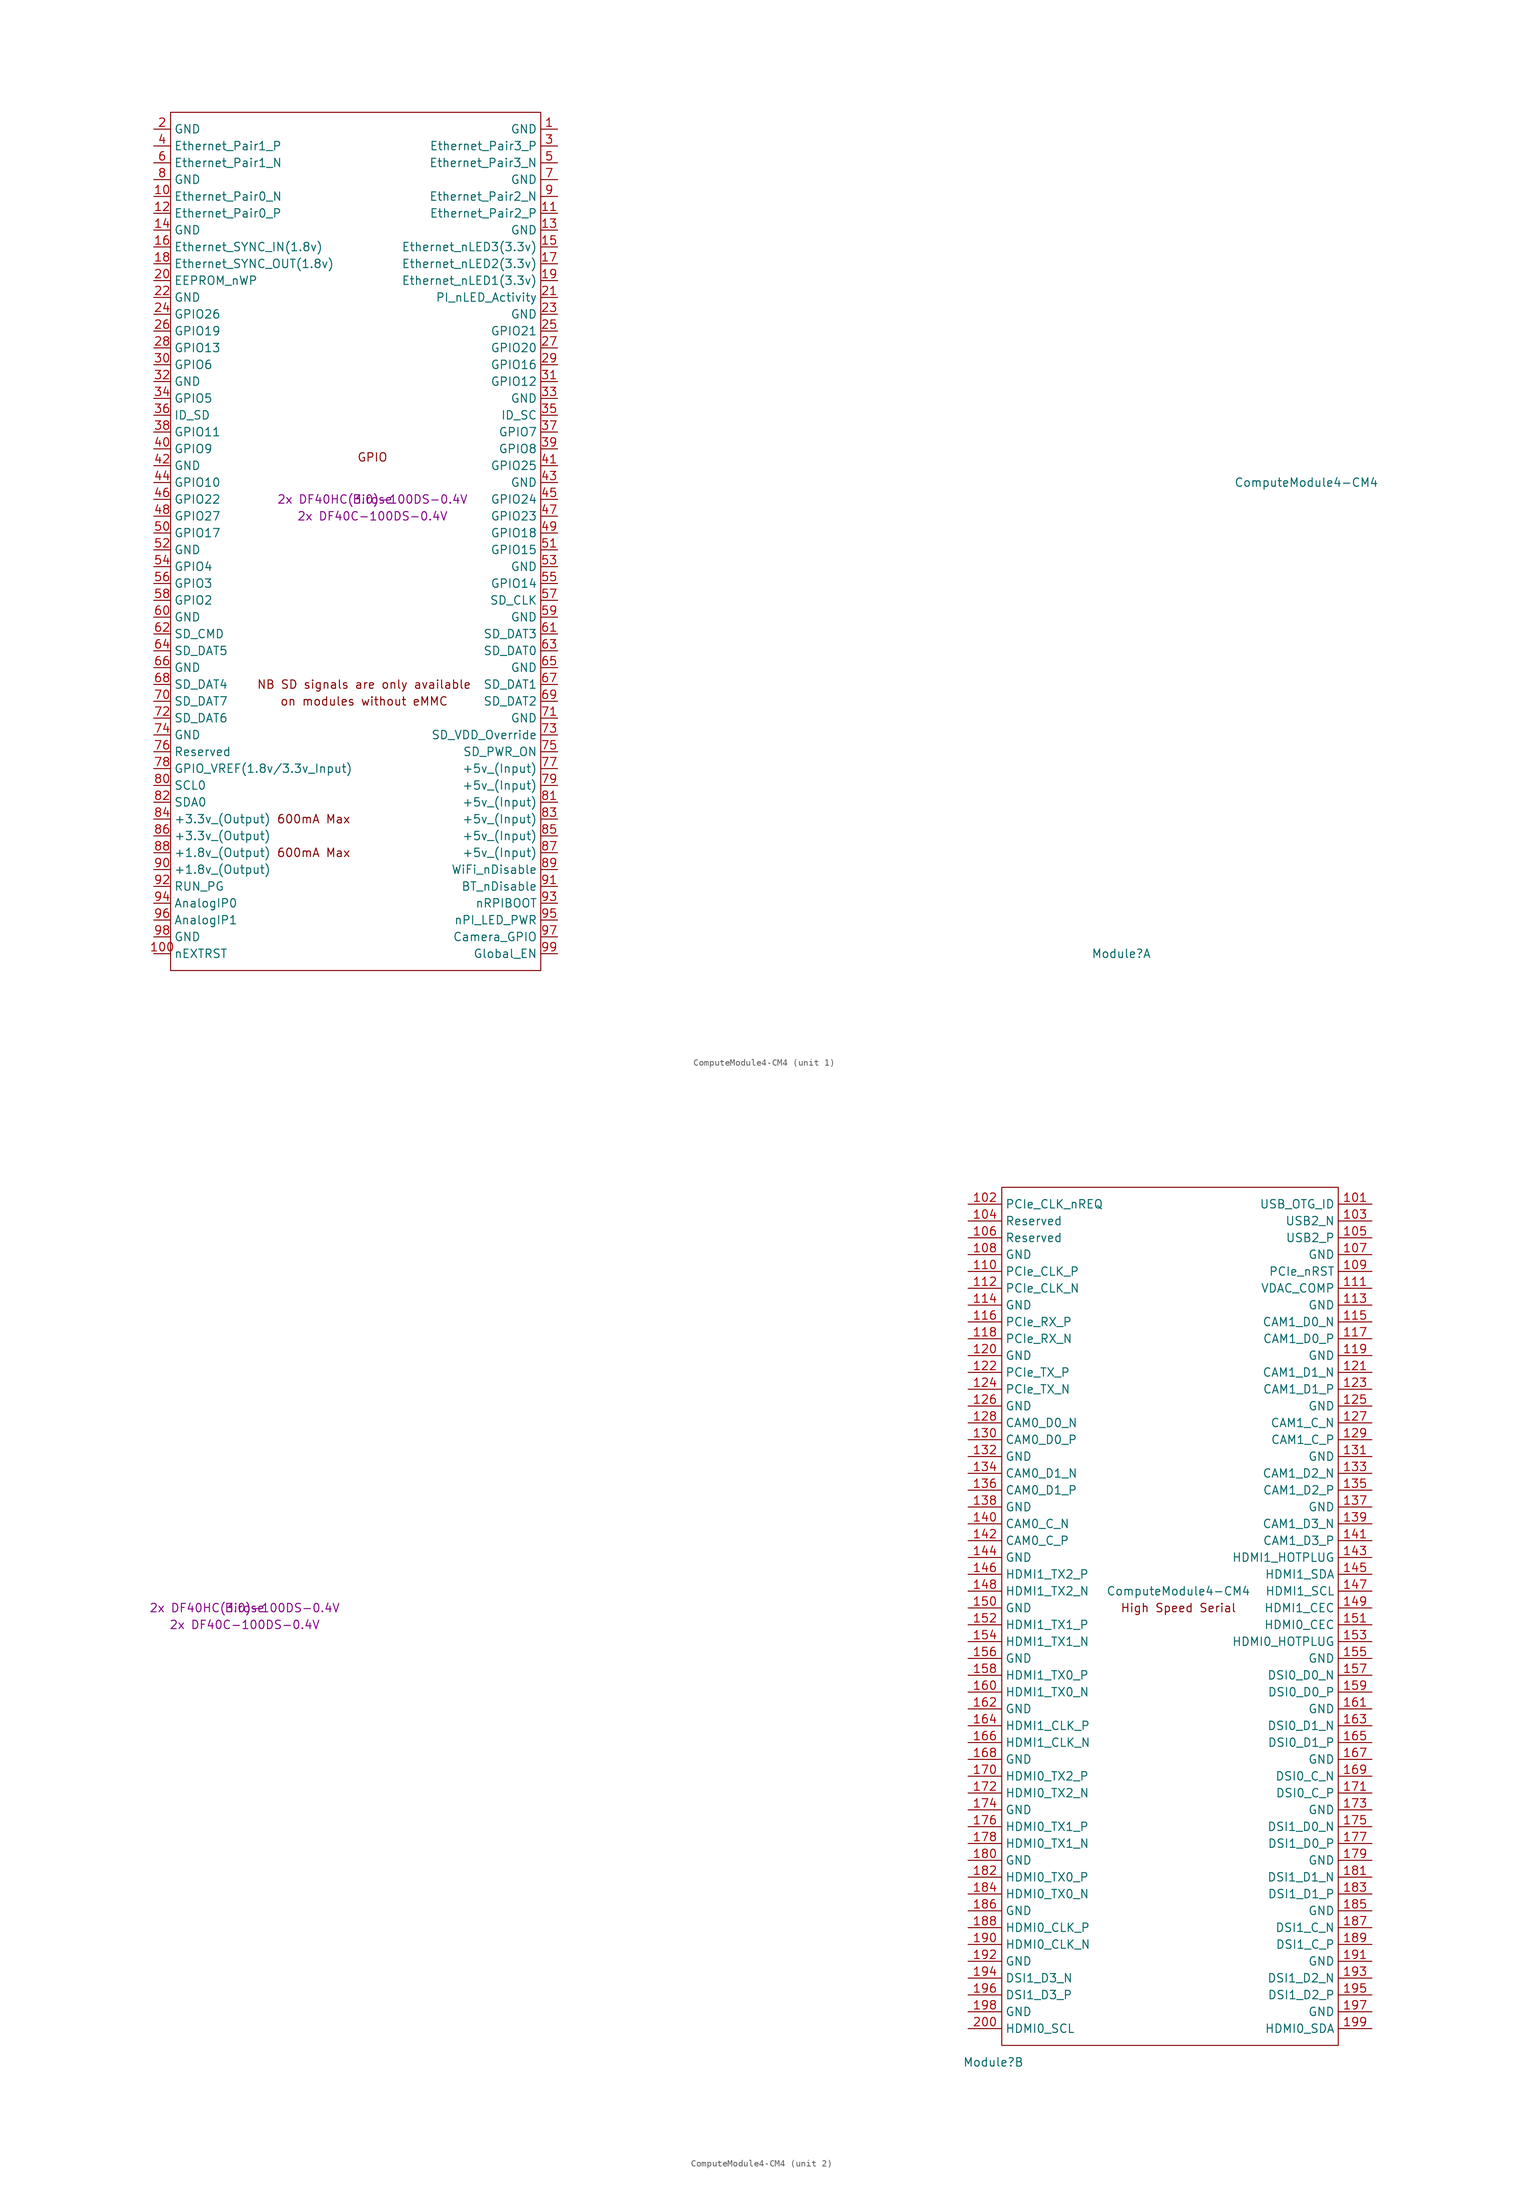
<source format=kicad_sym>
(kicad_symbol_lib
  (version 20201005)
  (generator kicad_symbol_editor)
  (symbol "CM4IO:ComputeModule4-CM4"
    (property "Reference" "Module"
      (at 113.03 -68.58 0)
      (effects (font (size 1.27 1.27))))
    (property "Value" "ComputeModule4-CM4"
      (at 140.97 2.54 0)
      (effects (font (size 1.27 1.27))))
    (property "Manufacturer" "Hirose"
      (at 0 0 0)
      (effects (font (size 1.27 1.27))))
    (property "MPN" "2x DF40C-100DS-0.4V"
      (at 0 -2.54 0)
      (effects (font (size 1.27 1.27))))
    (property "MPN (Alt)" "2x DF40HC(3.0)-100DS-0.4V"
      (at 0 0 0)
      (effects (font (size 1.27 1.27))))
    (symbol "ComputeModule4-CM4_1_0"
      (text "GPIO" (at 0 6.35 0) (effects (font (size 1.27 1.27)))))
    (symbol "ComputeModule4-CM4_1_1"
      (text "600mA Max" (at -8.89 -53.34 0) (effects (font (size 1.27 1.27))))
      (text "600mA Max" (at -8.89 -48.26 0) (effects (font (size 1.27 1.27))))
      (text "NB SD signals are only available" (at -1.27 -27.94 0) (effects (font (size 1.27 1.27))))
      (text "on modules without eMMC" (at -1.27 -30.48 0) (effects (font (size 1.27 1.27))))
      (rectangle (start -30.48 -71.12) (end 25.4 58.42) (stroke (width 0)) (fill (type none)))
      (pin power_in line (at 27.94 55.88 180) (length 2.54) (name "GND" (effects (font (size 1.27 1.27)))) (number "1" (effects (font (size 1.27 1.27)))))
      (pin passive line (at -33.02 45.72 0) (length 2.54) (name "Ethernet_Pair0_N" (effects (font (size 1.27 1.27)))) (number "10" (effects (font (size 1.27 1.27)))))
      (pin output line (at -33.02 -68.58 0) (length 2.54) (name "nEXTRST" (effects (font (size 1.27 1.27)))) (number "100" (effects (font (size 1.27 1.27)))))
      (pin passive line (at 27.94 43.18 180) (length 2.54) (name "Ethernet_Pair2_P" (effects (font (size 1.27 1.27)))) (number "11" (effects (font (size 1.27 1.27)))))
      (pin passive line (at -33.02 43.18 0) (length 2.54) (name "Ethernet_Pair0_P" (effects (font (size 1.27 1.27)))) (number "12" (effects (font (size 1.27 1.27)))))
      (pin power_in line (at 27.94 40.64 180) (length 2.54) (name "GND" (effects (font (size 1.27 1.27)))) (number "13" (effects (font (size 1.27 1.27)))))
      (pin power_in line (at -33.02 40.64 0) (length 2.54) (name "GND" (effects (font (size 1.27 1.27)))) (number "14" (effects (font (size 1.27 1.27)))))
      (pin output line (at 27.94 38.1 180) (length 2.54) (name "Ethernet_nLED3(3.3v)" (effects (font (size 1.27 1.27)))) (number "15" (effects (font (size 1.27 1.27)))))
      (pin input line (at -33.02 38.1 0) (length 2.54) (name "Ethernet_SYNC_IN(1.8v)" (effects (font (size 1.27 1.27)))) (number "16" (effects (font (size 1.27 1.27)))))
      (pin output line (at 27.94 35.56 180) (length 2.54) (name "Ethernet_nLED2(3.3v)" (effects (font (size 1.27 1.27)))) (number "17" (effects (font (size 1.27 1.27)))))
      (pin input line (at -33.02 35.56 0) (length 2.54) (name "Ethernet_SYNC_OUT(1.8v)" (effects (font (size 1.27 1.27)))) (number "18" (effects (font (size 1.27 1.27)))))
      (pin output line (at 27.94 33.02 180) (length 2.54) (name "Ethernet_nLED1(3.3v)" (effects (font (size 1.27 1.27)))) (number "19" (effects (font (size 1.27 1.27)))))
      (pin power_in line (at -33.02 55.88 0) (length 2.54) (name "GND" (effects (font (size 1.27 1.27)))) (number "2" (effects (font (size 1.27 1.27)))))
      (pin passive line (at -33.02 33.02 0) (length 2.54) (name "EEPROM_nWP" (effects (font (size 1.27 1.27)))) (number "20" (effects (font (size 1.27 1.27)))))
      (pin open_collector line (at 27.94 30.48 180) (length 2.54) (name "PI_nLED_Activity" (effects (font (size 1.27 1.27)))) (number "21" (effects (font (size 1.27 1.27)))))
      (pin power_in line (at -33.02 30.48 0) (length 2.54) (name "GND" (effects (font (size 1.27 1.27)))) (number "22" (effects (font (size 1.27 1.27)))))
      (pin power_in line (at 27.94 27.94 180) (length 2.54) (name "GND" (effects (font (size 1.27 1.27)))) (number "23" (effects (font (size 1.27 1.27)))))
      (pin passive line (at -33.02 27.94 0) (length 2.54) (name "GPIO26" (effects (font (size 1.27 1.27)))) (number "24" (effects (font (size 1.27 1.27)))))
      (pin passive line (at 27.94 25.4 180) (length 2.54) (name "GPIO21" (effects (font (size 1.27 1.27)))) (number "25" (effects (font (size 1.27 1.27)))))
      (pin passive line (at -33.02 25.4 0) (length 2.54) (name "GPIO19" (effects (font (size 1.27 1.27)))) (number "26" (effects (font (size 1.27 1.27)))))
      (pin passive line (at 27.94 22.86 180) (length 2.54) (name "GPIO20" (effects (font (size 1.27 1.27)))) (number "27" (effects (font (size 1.27 1.27)))))
      (pin passive line (at -33.02 22.86 0) (length 2.54) (name "GPIO13" (effects (font (size 1.27 1.27)))) (number "28" (effects (font (size 1.27 1.27)))))
      (pin passive line (at 27.94 20.32 180) (length 2.54) (name "GPIO16" (effects (font (size 1.27 1.27)))) (number "29" (effects (font (size 1.27 1.27)))))
      (pin passive line (at 27.94 53.34 180) (length 2.54) (name "Ethernet_Pair3_P" (effects (font (size 1.27 1.27)))) (number "3" (effects (font (size 1.27 1.27)))))
      (pin passive line (at -33.02 20.32 0) (length 2.54) (name "GPIO6" (effects (font (size 1.27 1.27)))) (number "30" (effects (font (size 1.27 1.27)))))
      (pin passive line (at 27.94 17.78 180) (length 2.54) (name "GPIO12" (effects (font (size 1.27 1.27)))) (number "31" (effects (font (size 1.27 1.27)))))
      (pin power_in line (at -33.02 17.78 0) (length 2.54) (name "GND" (effects (font (size 1.27 1.27)))) (number "32" (effects (font (size 1.27 1.27)))))
      (pin power_in line (at 27.94 15.24 180) (length 2.54) (name "GND" (effects (font (size 1.27 1.27)))) (number "33" (effects (font (size 1.27 1.27)))))
      (pin passive line (at -33.02 15.24 0) (length 2.54) (name "GPIO5" (effects (font (size 1.27 1.27)))) (number "34" (effects (font (size 1.27 1.27)))))
      (pin passive line (at 27.94 12.7 180) (length 2.54) (name "ID_SC" (effects (font (size 1.27 1.27)))) (number "35" (effects (font (size 1.27 1.27)))))
      (pin passive line (at -33.02 12.7 0) (length 2.54) (name "ID_SD" (effects (font (size 1.27 1.27)))) (number "36" (effects (font (size 1.27 1.27)))))
      (pin passive line (at 27.94 10.16 180) (length 2.54) (name "GPIO7" (effects (font (size 1.27 1.27)))) (number "37" (effects (font (size 1.27 1.27)))))
      (pin passive line (at -33.02 10.16 0) (length 2.54) (name "GPIO11" (effects (font (size 1.27 1.27)))) (number "38" (effects (font (size 1.27 1.27)))))
      (pin passive line (at 27.94 7.62 180) (length 2.54) (name "GPIO8" (effects (font (size 1.27 1.27)))) (number "39" (effects (font (size 1.27 1.27)))))
      (pin passive line (at -33.02 53.34 0) (length 2.54) (name "Ethernet_Pair1_P" (effects (font (size 1.27 1.27)))) (number "4" (effects (font (size 1.27 1.27)))))
      (pin passive line (at -33.02 7.62 0) (length 2.54) (name "GPIO9" (effects (font (size 1.27 1.27)))) (number "40" (effects (font (size 1.27 1.27)))))
      (pin passive line (at 27.94 5.08 180) (length 2.54) (name "GPIO25" (effects (font (size 1.27 1.27)))) (number "41" (effects (font (size 1.27 1.27)))))
      (pin power_in line (at -33.02 5.08 0) (length 2.54) (name "GND" (effects (font (size 1.27 1.27)))) (number "42" (effects (font (size 1.27 1.27)))))
      (pin power_in line (at 27.94 2.54 180) (length 2.54) (name "GND" (effects (font (size 1.27 1.27)))) (number "43" (effects (font (size 1.27 1.27)))))
      (pin passive line (at -33.02 2.54 0) (length 2.54) (name "GPIO10" (effects (font (size 1.27 1.27)))) (number "44" (effects (font (size 1.27 1.27)))))
      (pin passive line (at 27.94 0 180) (length 2.54) (name "GPIO24" (effects (font (size 1.27 1.27)))) (number "45" (effects (font (size 1.27 1.27)))))
      (pin passive line (at -33.02 0 0) (length 2.54) (name "GPIO22" (effects (font (size 1.27 1.27)))) (number "46" (effects (font (size 1.27 1.27)))))
      (pin passive line (at 27.94 -2.54 180) (length 2.54) (name "GPIO23" (effects (font (size 1.27 1.27)))) (number "47" (effects (font (size 1.27 1.27)))))
      (pin passive line (at -33.02 -2.54 0) (length 2.54) (name "GPIO27" (effects (font (size 1.27 1.27)))) (number "48" (effects (font (size 1.27 1.27)))))
      (pin passive line (at 27.94 -5.08 180) (length 2.54) (name "GPIO18" (effects (font (size 1.27 1.27)))) (number "49" (effects (font (size 1.27 1.27)))))
      (pin passive line (at 27.94 50.8 180) (length 2.54) (name "Ethernet_Pair3_N" (effects (font (size 1.27 1.27)))) (number "5" (effects (font (size 1.27 1.27)))))
      (pin passive line (at -33.02 -5.08 0) (length 2.54) (name "GPIO17" (effects (font (size 1.27 1.27)))) (number "50" (effects (font (size 1.27 1.27)))))
      (pin passive line (at 27.94 -7.62 180) (length 2.54) (name "GPIO15" (effects (font (size 1.27 1.27)))) (number "51" (effects (font (size 1.27 1.27)))))
      (pin power_in line (at -33.02 -7.62 0) (length 2.54) (name "GND" (effects (font (size 1.27 1.27)))) (number "52" (effects (font (size 1.27 1.27)))))
      (pin power_in line (at 27.94 -10.16 180) (length 2.54) (name "GND" (effects (font (size 1.27 1.27)))) (number "53" (effects (font (size 1.27 1.27)))))
      (pin passive line (at -33.02 -10.16 0) (length 2.54) (name "GPIO4" (effects (font (size 1.27 1.27)))) (number "54" (effects (font (size 1.27 1.27)))))
      (pin passive line (at 27.94 -12.7 180) (length 2.54) (name "GPIO14" (effects (font (size 1.27 1.27)))) (number "55" (effects (font (size 1.27 1.27)))))
      (pin passive line (at -33.02 -12.7 0) (length 2.54) (name "GPIO3" (effects (font (size 1.27 1.27)))) (number "56" (effects (font (size 1.27 1.27)))))
      (pin passive line (at 27.94 -15.24 180) (length 2.54) (name "SD_CLK" (effects (font (size 1.27 1.27)))) (number "57" (effects (font (size 1.27 1.27)))))
      (pin passive line (at -33.02 -15.24 0) (length 2.54) (name "GPIO2" (effects (font (size 1.27 1.27)))) (number "58" (effects (font (size 1.27 1.27)))))
      (pin power_in line (at 27.94 -17.78 180) (length 2.54) (name "GND" (effects (font (size 1.27 1.27)))) (number "59" (effects (font (size 1.27 1.27)))))
      (pin passive line (at -33.02 50.8 0) (length 2.54) (name "Ethernet_Pair1_N" (effects (font (size 1.27 1.27)))) (number "6" (effects (font (size 1.27 1.27)))))
      (pin power_in line (at -33.02 -17.78 0) (length 2.54) (name "GND" (effects (font (size 1.27 1.27)))) (number "60" (effects (font (size 1.27 1.27)))))
      (pin passive line (at 27.94 -20.32 180) (length 2.54) (name "SD_DAT3" (effects (font (size 1.27 1.27)))) (number "61" (effects (font (size 1.27 1.27)))))
      (pin passive line (at -33.02 -20.32 0) (length 2.54) (name "SD_CMD" (effects (font (size 1.27 1.27)))) (number "62" (effects (font (size 1.27 1.27)))))
      (pin passive line (at 27.94 -22.86 180) (length 2.54) (name "SD_DAT0" (effects (font (size 1.27 1.27)))) (number "63" (effects (font (size 1.27 1.27)))))
      (pin passive line (at -33.02 -22.86 0) (length 2.54) (name "SD_DAT5" (effects (font (size 1.27 1.27)))) (number "64" (effects (font (size 1.27 1.27)))))
      (pin power_in line (at 27.94 -25.4 180) (length 2.54) (name "GND" (effects (font (size 1.27 1.27)))) (number "65" (effects (font (size 1.27 1.27)))))
      (pin power_in line (at -33.02 -25.4 0) (length 2.54) (name "GND" (effects (font (size 1.27 1.27)))) (number "66" (effects (font (size 1.27 1.27)))))
      (pin passive line (at 27.94 -27.94 180) (length 2.54) (name "SD_DAT1" (effects (font (size 1.27 1.27)))) (number "67" (effects (font (size 1.27 1.27)))))
      (pin passive line (at -33.02 -27.94 0) (length 2.54) (name "SD_DAT4" (effects (font (size 1.27 1.27)))) (number "68" (effects (font (size 1.27 1.27)))))
      (pin passive line (at 27.94 -30.48 180) (length 2.54) (name "SD_DAT2" (effects (font (size 1.27 1.27)))) (number "69" (effects (font (size 1.27 1.27)))))
      (pin power_in line (at 27.94 48.26 180) (length 2.54) (name "GND" (effects (font (size 1.27 1.27)))) (number "7" (effects (font (size 1.27 1.27)))))
      (pin passive line (at -33.02 -30.48 0) (length 2.54) (name "SD_DAT7" (effects (font (size 1.27 1.27)))) (number "70" (effects (font (size 1.27 1.27)))))
      (pin power_in line (at 27.94 -33.02 180) (length 2.54) (name "GND" (effects (font (size 1.27 1.27)))) (number "71" (effects (font (size 1.27 1.27)))))
      (pin passive line (at -33.02 -33.02 0) (length 2.54) (name "SD_DAT6" (effects (font (size 1.27 1.27)))) (number "72" (effects (font (size 1.27 1.27)))))
      (pin input line (at 27.94 -35.56 180) (length 2.54) (name "SD_VDD_Override" (effects (font (size 1.27 1.27)))) (number "73" (effects (font (size 1.27 1.27)))))
      (pin power_in line (at -33.02 -35.56 0) (length 2.54) (name "GND" (effects (font (size 1.27 1.27)))) (number "74" (effects (font (size 1.27 1.27)))))
      (pin output line (at 27.94 -38.1 180) (length 2.54) (name "SD_PWR_ON" (effects (font (size 1.27 1.27)))) (number "75" (effects (font (size 1.27 1.27)))))
      (pin passive line (at -33.02 -38.1 0) (length 2.54) (name "Reserved" (effects (font (size 1.27 1.27)))) (number "76" (effects (font (size 1.27 1.27)))))
      (pin power_in line (at 27.94 -40.64 180) (length 2.54) (name "+5v_(Input)" (effects (font (size 1.27 1.27)))) (number "77" (effects (font (size 1.27 1.27)))))
      (pin power_in line (at -33.02 -40.64 0) (length 2.54) (name "GPIO_VREF(1.8v/3.3v_Input)" (effects (font (size 1.27 1.27)))) (number "78" (effects (font (size 1.27 1.27)))))
      (pin power_in line (at 27.94 -43.18 180) (length 2.54) (name "+5v_(Input)" (effects (font (size 1.27 1.27)))) (number "79" (effects (font (size 1.27 1.27)))))
      (pin power_in line (at -33.02 48.26 0) (length 2.54) (name "GND" (effects (font (size 1.27 1.27)))) (number "8" (effects (font (size 1.27 1.27)))))
      (pin passive line (at -33.02 -43.18 0) (length 2.54) (name "SCL0" (effects (font (size 1.27 1.27)))) (number "80" (effects (font (size 1.27 1.27)))))
      (pin power_in line (at 27.94 -45.72 180) (length 2.54) (name "+5v_(Input)" (effects (font (size 1.27 1.27)))) (number "81" (effects (font (size 1.27 1.27)))))
      (pin passive line (at -33.02 -45.72 0) (length 2.54) (name "SDA0" (effects (font (size 1.27 1.27)))) (number "82" (effects (font (size 1.27 1.27)))))
      (pin power_in line (at 27.94 -48.26 180) (length 2.54) (name "+5v_(Input)" (effects (font (size 1.27 1.27)))) (number "83" (effects (font (size 1.27 1.27)))))
      (pin power_out line (at -33.02 -48.26 0) (length 2.54) (name "+3.3v_(Output)" (effects (font (size 1.27 1.27)))) (number "84" (effects (font (size 1.27 1.27)))))
      (pin power_in line (at 27.94 -50.8 180) (length 2.54) (name "+5v_(Input)" (effects (font (size 1.27 1.27)))) (number "85" (effects (font (size 1.27 1.27)))))
      (pin power_out line (at -33.02 -50.8 0) (length 2.54) (name "+3.3v_(Output)" (effects (font (size 1.27 1.27)))) (number "86" (effects (font (size 1.27 1.27)))))
      (pin power_in line (at 27.94 -53.34 180) (length 2.54) (name "+5v_(Input)" (effects (font (size 1.27 1.27)))) (number "87" (effects (font (size 1.27 1.27)))))
      (pin power_out line (at -33.02 -53.34 0) (length 2.54) (name "+1.8v_(Output)" (effects (font (size 1.27 1.27)))) (number "88" (effects (font (size 1.27 1.27)))))
      (pin power_in line (at 27.94 -55.88 180) (length 2.54) (name "WiFi_nDisable" (effects (font (size 1.27 1.27)))) (number "89" (effects (font (size 1.27 1.27)))))
      (pin passive line (at 27.94 45.72 180) (length 2.54) (name "Ethernet_Pair2_N" (effects (font (size 1.27 1.27)))) (number "9" (effects (font (size 1.27 1.27)))))
      (pin power_out line (at -33.02 -55.88 0) (length 2.54) (name "+1.8v_(Output)" (effects (font (size 1.27 1.27)))) (number "90" (effects (font (size 1.27 1.27)))))
      (pin power_in line (at 27.94 -58.42 180) (length 2.54) (name "BT_nDisable" (effects (font (size 1.27 1.27)))) (number "91" (effects (font (size 1.27 1.27)))))
      (pin passive line (at -33.02 -58.42 0) (length 2.54) (name "RUN_PG" (effects (font (size 1.27 1.27)))) (number "92" (effects (font (size 1.27 1.27)))))
      (pin input line (at 27.94 -60.96 180) (length 2.54) (name "nRPIBOOT" (effects (font (size 1.27 1.27)))) (number "93" (effects (font (size 1.27 1.27)))))
      (pin passive line (at -33.02 -60.96 0) (length 2.54) (name "AnalogIP0" (effects (font (size 1.27 1.27)))) (number "94" (effects (font (size 1.27 1.27)))))
      (pin output line (at 27.94 -63.5 180) (length 2.54) (name "nPI_LED_PWR" (effects (font (size 1.27 1.27)))) (number "95" (effects (font (size 1.27 1.27)))))
      (pin passive line (at -33.02 -63.5 0) (length 2.54) (name "AnalogIP1" (effects (font (size 1.27 1.27)))) (number "96" (effects (font (size 1.27 1.27)))))
      (pin passive line (at 27.94 -66.04 180) (length 2.54) (name "Camera_GPIO" (effects (font (size 1.27 1.27)))) (number "97" (effects (font (size 1.27 1.27)))))
      (pin power_in line (at -33.02 -66.04 0) (length 2.54) (name "GND" (effects (font (size 1.27 1.27)))) (number "98" (effects (font (size 1.27 1.27)))))
      (pin input line (at 27.94 -68.58 180) (length 2.54) (name "Global_EN" (effects (font (size 1.27 1.27)))) (number "99" (effects (font (size 1.27 1.27))))))
    (symbol "ComputeModule4-CM4_2_1"
      (text "High Speed Serial" (at 140.97 0 0) (effects (font (size 1.27 1.27))))
      (rectangle (start 114.3 -66.04) (end 165.1 63.5) (stroke (width 0)) (fill (type none)))
      (pin input line (at 170.18 60.96 180) (length 5.08) (name "USB_OTG_ID" (effects (font (size 1.27 1.27)))) (number "101" (effects (font (size 1.27 1.27)))))
      (pin input line (at 109.22 60.96 0) (length 5.08) (name "PCIe_CLK_nREQ" (effects (font (size 1.27 1.27)))) (number "102" (effects (font (size 1.27 1.27)))))
      (pin passive line (at 170.18 58.42 180) (length 5.08) (name "USB2_N" (effects (font (size 1.27 1.27)))) (number "103" (effects (font (size 1.27 1.27)))))
      (pin passive line (at 109.22 58.42 0) (length 5.08) (name "Reserved" (effects (font (size 1.27 1.27)))) (number "104" (effects (font (size 1.27 1.27)))))
      (pin passive line (at 170.18 55.88 180) (length 5.08) (name "USB2_P" (effects (font (size 1.27 1.27)))) (number "105" (effects (font (size 1.27 1.27)))))
      (pin passive line (at 109.22 55.88 0) (length 5.08) (name "Reserved" (effects (font (size 1.27 1.27)))) (number "106" (effects (font (size 1.27 1.27)))))
      (pin power_in line (at 170.18 53.34 180) (length 5.08) (name "GND" (effects (font (size 1.27 1.27)))) (number "107" (effects (font (size 1.27 1.27)))))
      (pin power_in line (at 109.22 53.34 0) (length 5.08) (name "GND" (effects (font (size 1.27 1.27)))) (number "108" (effects (font (size 1.27 1.27)))))
      (pin bidirectional line (at 170.18 50.8 180) (length 5.08) (name "PCIe_nRST" (effects (font (size 1.27 1.27)))) (number "109" (effects (font (size 1.27 1.27)))))
      (pin output line (at 109.22 50.8 0) (length 5.08) (name "PCIe_CLK_P" (effects (font (size 1.27 1.27)))) (number "110" (effects (font (size 1.27 1.27)))))
      (pin passive line (at 170.18 48.26 180) (length 5.08) (name "VDAC_COMP" (effects (font (size 1.27 1.27)))) (number "111" (effects (font (size 1.27 1.27)))))
      (pin output line (at 109.22 48.26 0) (length 5.08) (name "PCIe_CLK_N" (effects (font (size 1.27 1.27)))) (number "112" (effects (font (size 1.27 1.27)))))
      (pin power_in line (at 170.18 45.72 180) (length 5.08) (name "GND" (effects (font (size 1.27 1.27)))) (number "113" (effects (font (size 1.27 1.27)))))
      (pin power_in line (at 109.22 45.72 0) (length 5.08) (name "GND" (effects (font (size 1.27 1.27)))) (number "114" (effects (font (size 1.27 1.27)))))
      (pin input line (at 170.18 43.18 180) (length 5.08) (name "CAM1_D0_N" (effects (font (size 1.27 1.27)))) (number "115" (effects (font (size 1.27 1.27)))))
      (pin input line (at 109.22 43.18 0) (length 5.08) (name "PCIe_RX_P" (effects (font (size 1.27 1.27)))) (number "116" (effects (font (size 1.27 1.27)))))
      (pin input line (at 170.18 40.64 180) (length 5.08) (name "CAM1_D0_P" (effects (font (size 1.27 1.27)))) (number "117" (effects (font (size 1.27 1.27)))))
      (pin input line (at 109.22 40.64 0) (length 5.08) (name "PCIe_RX_N" (effects (font (size 1.27 1.27)))) (number "118" (effects (font (size 1.27 1.27)))))
      (pin power_in line (at 170.18 38.1 180) (length 5.08) (name "GND" (effects (font (size 1.27 1.27)))) (number "119" (effects (font (size 1.27 1.27)))))
      (pin power_in line (at 109.22 38.1 0) (length 5.08) (name "GND" (effects (font (size 1.27 1.27)))) (number "120" (effects (font (size 1.27 1.27)))))
      (pin input line (at 170.18 35.56 180) (length 5.08) (name "CAM1_D1_N" (effects (font (size 1.27 1.27)))) (number "121" (effects (font (size 1.27 1.27)))))
      (pin output line (at 109.22 35.56 0) (length 5.08) (name "PCIe_TX_P" (effects (font (size 1.27 1.27)))) (number "122" (effects (font (size 1.27 1.27)))))
      (pin input line (at 170.18 33.02 180) (length 5.08) (name "CAM1_D1_P" (effects (font (size 1.27 1.27)))) (number "123" (effects (font (size 1.27 1.27)))))
      (pin output line (at 109.22 33.02 0) (length 5.08) (name "PCIe_TX_N" (effects (font (size 1.27 1.27)))) (number "124" (effects (font (size 1.27 1.27)))))
      (pin power_in line (at 170.18 30.48 180) (length 5.08) (name "GND" (effects (font (size 1.27 1.27)))) (number "125" (effects (font (size 1.27 1.27)))))
      (pin power_in line (at 109.22 30.48 0) (length 5.08) (name "GND" (effects (font (size 1.27 1.27)))) (number "126" (effects (font (size 1.27 1.27)))))
      (pin input line (at 170.18 27.94 180) (length 5.08) (name "CAM1_C_N" (effects (font (size 1.27 1.27)))) (number "127" (effects (font (size 1.27 1.27)))))
      (pin input line (at 109.22 27.94 0) (length 5.08) (name "CAM0_D0_N" (effects (font (size 1.27 1.27)))) (number "128" (effects (font (size 1.27 1.27)))))
      (pin input line (at 170.18 25.4 180) (length 5.08) (name "CAM1_C_P" (effects (font (size 1.27 1.27)))) (number "129" (effects (font (size 1.27 1.27)))))
      (pin input line (at 109.22 25.4 0) (length 5.08) (name "CAM0_D0_P" (effects (font (size 1.27 1.27)))) (number "130" (effects (font (size 1.27 1.27)))))
      (pin power_in line (at 170.18 22.86 180) (length 5.08) (name "GND" (effects (font (size 1.27 1.27)))) (number "131" (effects (font (size 1.27 1.27)))))
      (pin power_in line (at 109.22 22.86 0) (length 5.08) (name "GND" (effects (font (size 1.27 1.27)))) (number "132" (effects (font (size 1.27 1.27)))))
      (pin input line (at 170.18 20.32 180) (length 5.08) (name "CAM1_D2_N" (effects (font (size 1.27 1.27)))) (number "133" (effects (font (size 1.27 1.27)))))
      (pin input line (at 109.22 20.32 0) (length 5.08) (name "CAM0_D1_N" (effects (font (size 1.27 1.27)))) (number "134" (effects (font (size 1.27 1.27)))))
      (pin input line (at 170.18 17.78 180) (length 5.08) (name "CAM1_D2_P" (effects (font (size 1.27 1.27)))) (number "135" (effects (font (size 1.27 1.27)))))
      (pin input line (at 109.22 17.78 0) (length 5.08) (name "CAM0_D1_P" (effects (font (size 1.27 1.27)))) (number "136" (effects (font (size 1.27 1.27)))))
      (pin power_in line (at 170.18 15.24 180) (length 5.08) (name "GND" (effects (font (size 1.27 1.27)))) (number "137" (effects (font (size 1.27 1.27)))))
      (pin power_in line (at 109.22 15.24 0) (length 5.08) (name "GND" (effects (font (size 1.27 1.27)))) (number "138" (effects (font (size 1.27 1.27)))))
      (pin input line (at 170.18 12.7 180) (length 5.08) (name "CAM1_D3_N" (effects (font (size 1.27 1.27)))) (number "139" (effects (font (size 1.27 1.27)))))
      (pin input line (at 109.22 12.7 0) (length 5.08) (name "CAM0_C_N" (effects (font (size 1.27 1.27)))) (number "140" (effects (font (size 1.27 1.27)))))
      (pin input line (at 170.18 10.16 180) (length 5.08) (name "CAM1_D3_P" (effects (font (size 1.27 1.27)))) (number "141" (effects (font (size 1.27 1.27)))))
      (pin input line (at 109.22 10.16 0) (length 5.08) (name "CAM0_C_P" (effects (font (size 1.27 1.27)))) (number "142" (effects (font (size 1.27 1.27)))))
      (pin input line (at 170.18 7.62 180) (length 5.08) (name "HDMI1_HOTPLUG" (effects (font (size 1.27 1.27)))) (number "143" (effects (font (size 1.27 1.27)))))
      (pin power_in line (at 109.22 7.62 0) (length 5.08) (name "GND" (effects (font (size 1.27 1.27)))) (number "144" (effects (font (size 1.27 1.27)))))
      (pin bidirectional line (at 170.18 5.08 180) (length 5.08) (name "HDMI1_SDA" (effects (font (size 1.27 1.27)))) (number "145" (effects (font (size 1.27 1.27)))))
      (pin output line (at 109.22 5.08 0) (length 5.08) (name "HDMI1_TX2_P" (effects (font (size 1.27 1.27)))) (number "146" (effects (font (size 1.27 1.27)))))
      (pin open_collector line (at 170.18 2.54 180) (length 5.08) (name "HDMI1_SCL" (effects (font (size 1.27 1.27)))) (number "147" (effects (font (size 1.27 1.27)))))
      (pin output line (at 109.22 2.54 0) (length 5.08) (name "HDMI1_TX2_N" (effects (font (size 1.27 1.27)))) (number "148" (effects (font (size 1.27 1.27)))))
      (pin open_collector line (at 170.18 0 180) (length 5.08) (name "HDMI1_CEC" (effects (font (size 1.27 1.27)))) (number "149" (effects (font (size 1.27 1.27)))))
      (pin power_in line (at 109.22 0 0) (length 5.08) (name "GND" (effects (font (size 1.27 1.27)))) (number "150" (effects (font (size 1.27 1.27)))))
      (pin open_collector line (at 170.18 -2.54 180) (length 5.08) (name "HDMI0_CEC" (effects (font (size 1.27 1.27)))) (number "151" (effects (font (size 1.27 1.27)))))
      (pin output line (at 109.22 -2.54 0) (length 5.08) (name "HDMI1_TX1_P" (effects (font (size 1.27 1.27)))) (number "152" (effects (font (size 1.27 1.27)))))
      (pin input line (at 170.18 -5.08 180) (length 5.08) (name "HDMI0_HOTPLUG" (effects (font (size 1.27 1.27)))) (number "153" (effects (font (size 1.27 1.27)))))
      (pin output line (at 109.22 -5.08 0) (length 5.08) (name "HDMI1_TX1_N" (effects (font (size 1.27 1.27)))) (number "154" (effects (font (size 1.27 1.27)))))
      (pin power_in line (at 170.18 -7.62 180) (length 5.08) (name "GND" (effects (font (size 1.27 1.27)))) (number "155" (effects (font (size 1.27 1.27)))))
      (pin power_in line (at 109.22 -7.62 0) (length 5.08) (name "GND" (effects (font (size 1.27 1.27)))) (number "156" (effects (font (size 1.27 1.27)))))
      (pin output line (at 170.18 -10.16 180) (length 5.08) (name "DSI0_D0_N" (effects (font (size 1.27 1.27)))) (number "157" (effects (font (size 1.27 1.27)))))
      (pin output line (at 109.22 -10.16 0) (length 5.08) (name "HDMI1_TX0_P" (effects (font (size 1.27 1.27)))) (number "158" (effects (font (size 1.27 1.27)))))
      (pin output line (at 170.18 -12.7 180) (length 5.08) (name "DSI0_D0_P" (effects (font (size 1.27 1.27)))) (number "159" (effects (font (size 1.27 1.27)))))
      (pin output line (at 109.22 -12.7 0) (length 5.08) (name "HDMI1_TX0_N" (effects (font (size 1.27 1.27)))) (number "160" (effects (font (size 1.27 1.27)))))
      (pin power_in line (at 170.18 -15.24 180) (length 5.08) (name "GND" (effects (font (size 1.27 1.27)))) (number "161" (effects (font (size 1.27 1.27)))))
      (pin power_in line (at 109.22 -15.24 0) (length 5.08) (name "GND" (effects (font (size 1.27 1.27)))) (number "162" (effects (font (size 1.27 1.27)))))
      (pin output line (at 170.18 -17.78 180) (length 5.08) (name "DSI0_D1_N" (effects (font (size 1.27 1.27)))) (number "163" (effects (font (size 1.27 1.27)))))
      (pin output line (at 109.22 -17.78 0) (length 5.08) (name "HDMI1_CLK_P" (effects (font (size 1.27 1.27)))) (number "164" (effects (font (size 1.27 1.27)))))
      (pin output line (at 170.18 -20.32 180) (length 5.08) (name "DSI0_D1_P" (effects (font (size 1.27 1.27)))) (number "165" (effects (font (size 1.27 1.27)))))
      (pin output line (at 109.22 -20.32 0) (length 5.08) (name "HDMI1_CLK_N" (effects (font (size 1.27 1.27)))) (number "166" (effects (font (size 1.27 1.27)))))
      (pin power_in line (at 170.18 -22.86 180) (length 5.08) (name "GND" (effects (font (size 1.27 1.27)))) (number "167" (effects (font (size 1.27 1.27)))))
      (pin power_in line (at 109.22 -22.86 0) (length 5.08) (name "GND" (effects (font (size 1.27 1.27)))) (number "168" (effects (font (size 1.27 1.27)))))
      (pin output line (at 170.18 -25.4 180) (length 5.08) (name "DSI0_C_N" (effects (font (size 1.27 1.27)))) (number "169" (effects (font (size 1.27 1.27)))))
      (pin output line (at 109.22 -25.4 0) (length 5.08) (name "HDMI0_TX2_P" (effects (font (size 1.27 1.27)))) (number "170" (effects (font (size 1.27 1.27)))))
      (pin output line (at 170.18 -27.94 180) (length 5.08) (name "DSI0_C_P" (effects (font (size 1.27 1.27)))) (number "171" (effects (font (size 1.27 1.27)))))
      (pin output line (at 109.22 -27.94 0) (length 5.08) (name "HDMI0_TX2_N" (effects (font (size 1.27 1.27)))) (number "172" (effects (font (size 1.27 1.27)))))
      (pin power_in line (at 170.18 -30.48 180) (length 5.08) (name "GND" (effects (font (size 1.27 1.27)))) (number "173" (effects (font (size 1.27 1.27)))))
      (pin power_in line (at 109.22 -30.48 0) (length 5.08) (name "GND" (effects (font (size 1.27 1.27)))) (number "174" (effects (font (size 1.27 1.27)))))
      (pin output line (at 170.18 -33.02 180) (length 5.08) (name "DSI1_D0_N" (effects (font (size 1.27 1.27)))) (number "175" (effects (font (size 1.27 1.27)))))
      (pin output line (at 109.22 -33.02 0) (length 5.08) (name "HDMI0_TX1_P" (effects (font (size 1.27 1.27)))) (number "176" (effects (font (size 1.27 1.27)))))
      (pin output line (at 170.18 -35.56 180) (length 5.08) (name "DSI1_D0_P" (effects (font (size 1.27 1.27)))) (number "177" (effects (font (size 1.27 1.27)))))
      (pin output line (at 109.22 -35.56 0) (length 5.08) (name "HDMI0_TX1_N" (effects (font (size 1.27 1.27)))) (number "178" (effects (font (size 1.27 1.27)))))
      (pin power_in line (at 170.18 -38.1 180) (length 5.08) (name "GND" (effects (font (size 1.27 1.27)))) (number "179" (effects (font (size 1.27 1.27)))))
      (pin power_in line (at 109.22 -38.1 0) (length 5.08) (name "GND" (effects (font (size 1.27 1.27)))) (number "180" (effects (font (size 1.27 1.27)))))
      (pin output line (at 170.18 -40.64 180) (length 5.08) (name "DSI1_D1_N" (effects (font (size 1.27 1.27)))) (number "181" (effects (font (size 1.27 1.27)))))
      (pin output line (at 109.22 -40.64 0) (length 5.08) (name "HDMI0_TX0_P" (effects (font (size 1.27 1.27)))) (number "182" (effects (font (size 1.27 1.27)))))
      (pin output line (at 170.18 -43.18 180) (length 5.08) (name "DSI1_D1_P" (effects (font (size 1.27 1.27)))) (number "183" (effects (font (size 1.27 1.27)))))
      (pin output line (at 109.22 -43.18 0) (length 5.08) (name "HDMI0_TX0_N" (effects (font (size 1.27 1.27)))) (number "184" (effects (font (size 1.27 1.27)))))
      (pin power_in line (at 170.18 -45.72 180) (length 5.08) (name "GND" (effects (font (size 1.27 1.27)))) (number "185" (effects (font (size 1.27 1.27)))))
      (pin power_in line (at 109.22 -45.72 0) (length 5.08) (name "GND" (effects (font (size 1.27 1.27)))) (number "186" (effects (font (size 1.27 1.27)))))
      (pin output line (at 170.18 -48.26 180) (length 5.08) (name "DSI1_C_N" (effects (font (size 1.27 1.27)))) (number "187" (effects (font (size 1.27 1.27)))))
      (pin output line (at 109.22 -48.26 0) (length 5.08) (name "HDMI0_CLK_P" (effects (font (size 1.27 1.27)))) (number "188" (effects (font (size 1.27 1.27)))))
      (pin output line (at 170.18 -50.8 180) (length 5.08) (name "DSI1_C_P" (effects (font (size 1.27 1.27)))) (number "189" (effects (font (size 1.27 1.27)))))
      (pin output line (at 109.22 -50.8 0) (length 5.08) (name "HDMI0_CLK_N" (effects (font (size 1.27 1.27)))) (number "190" (effects (font (size 1.27 1.27)))))
      (pin power_in line (at 170.18 -53.34 180) (length 5.08) (name "GND" (effects (font (size 1.27 1.27)))) (number "191" (effects (font (size 1.27 1.27)))))
      (pin power_in line (at 109.22 -53.34 0) (length 5.08) (name "GND" (effects (font (size 1.27 1.27)))) (number "192" (effects (font (size 1.27 1.27)))))
      (pin output line (at 170.18 -55.88 180) (length 5.08) (name "DSI1_D2_N" (effects (font (size 1.27 1.27)))) (number "193" (effects (font (size 1.27 1.27)))))
      (pin output line (at 109.22 -55.88 0) (length 5.08) (name "DSI1_D3_N" (effects (font (size 1.27 1.27)))) (number "194" (effects (font (size 1.27 1.27)))))
      (pin output line (at 170.18 -58.42 180) (length 5.08) (name "DSI1_D2_P" (effects (font (size 1.27 1.27)))) (number "195" (effects (font (size 1.27 1.27)))))
      (pin output line (at 109.22 -58.42 0) (length 5.08) (name "DSI1_D3_P" (effects (font (size 1.27 1.27)))) (number "196" (effects (font (size 1.27 1.27)))))
      (pin power_in line (at 170.18 -60.96 180) (length 5.08) (name "GND" (effects (font (size 1.27 1.27)))) (number "197" (effects (font (size 1.27 1.27)))))
      (pin power_in line (at 109.22 -60.96 0) (length 5.08) (name "GND" (effects (font (size 1.27 1.27)))) (number "198" (effects (font (size 1.27 1.27)))))
      (pin bidirectional line (at 170.18 -63.5 180) (length 5.08) (name "HDMI0_SDA" (effects (font (size 1.27 1.27)))) (number "199" (effects (font (size 1.27 1.27)))))
      (pin open_collector line (at 109.22 -63.5 0) (length 5.08) (name "HDMI0_SCL" (effects (font (size 1.27 1.27)))) (number "200" (effects (font (size 1.27 1.27))))))))
</source>
